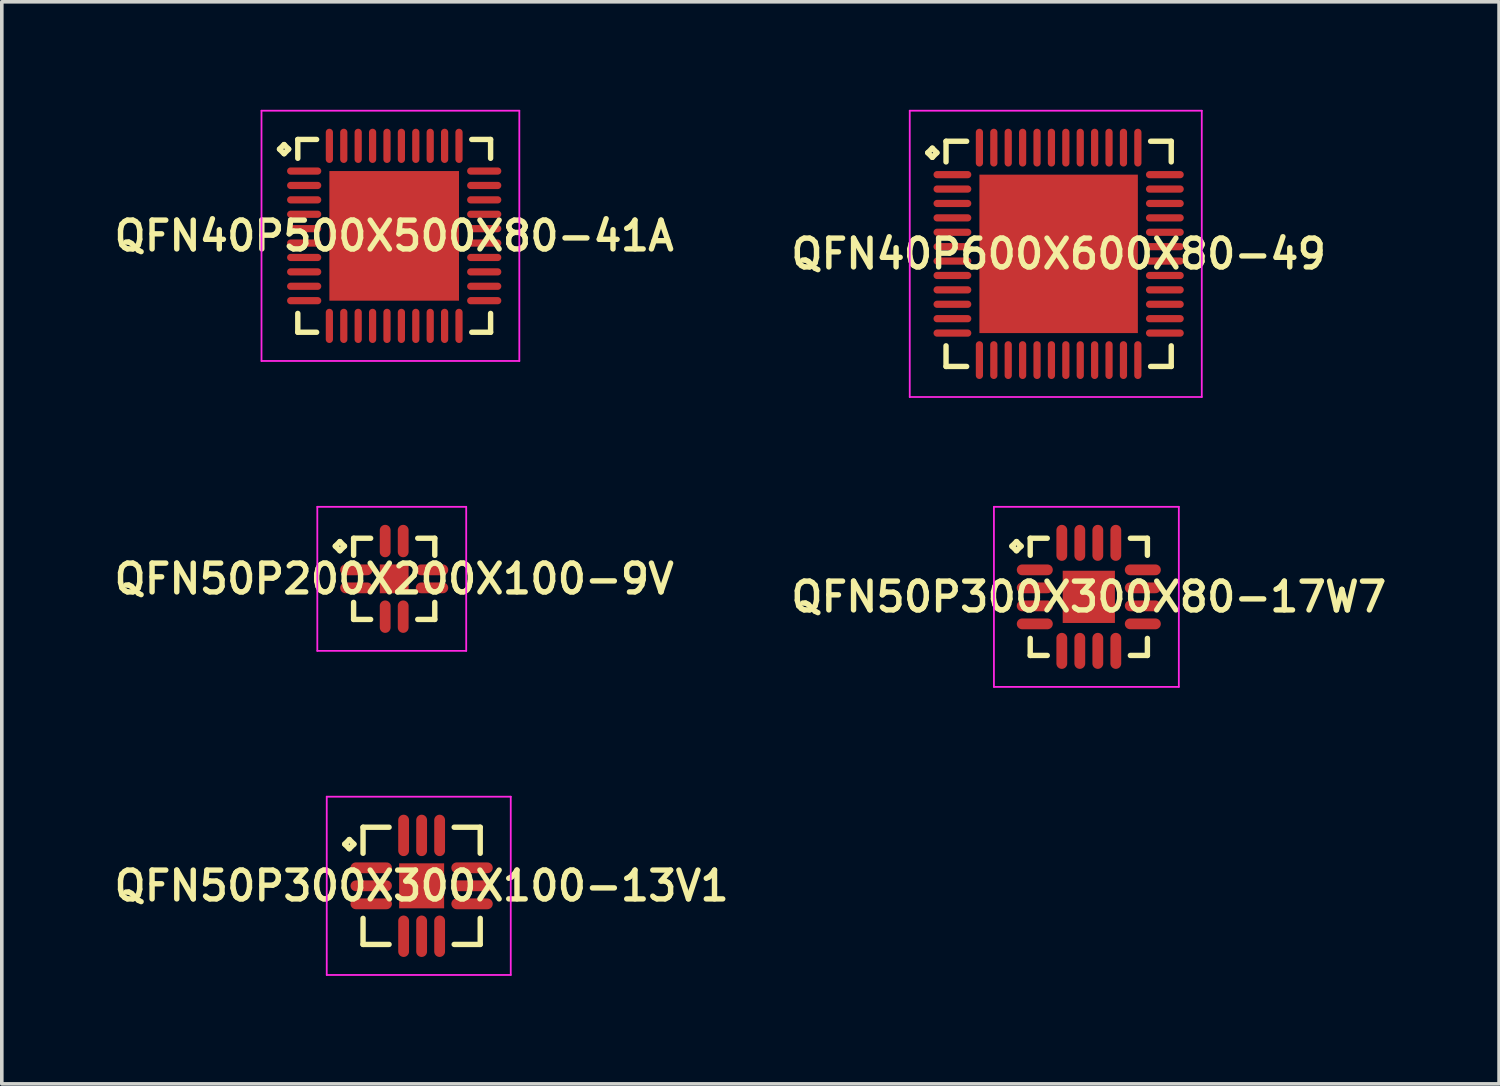
<source format=kicad_pcb>
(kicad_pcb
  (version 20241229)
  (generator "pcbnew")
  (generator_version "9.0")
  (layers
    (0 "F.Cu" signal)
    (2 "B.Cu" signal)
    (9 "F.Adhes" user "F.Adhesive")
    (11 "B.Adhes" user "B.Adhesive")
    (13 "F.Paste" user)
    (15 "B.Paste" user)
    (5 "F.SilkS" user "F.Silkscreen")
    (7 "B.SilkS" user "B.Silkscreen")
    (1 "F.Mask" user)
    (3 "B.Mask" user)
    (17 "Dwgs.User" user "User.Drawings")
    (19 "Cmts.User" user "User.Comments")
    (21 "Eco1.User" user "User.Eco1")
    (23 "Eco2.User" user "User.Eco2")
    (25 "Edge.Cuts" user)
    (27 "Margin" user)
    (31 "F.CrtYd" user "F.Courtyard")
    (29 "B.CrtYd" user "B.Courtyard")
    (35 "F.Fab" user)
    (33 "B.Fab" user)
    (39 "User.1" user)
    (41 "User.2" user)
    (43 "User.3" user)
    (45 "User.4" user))
  (footprint "QFN40P600X600X80-49"
    (layer "F.Cu")
    (at 26.349 4)
    (property "Reference" "QFN40P600X600X80-49" (at 0 0 0) (layer "F.SilkS") (effects (font (size 0.8 0.8) (thickness 0.15))))
    (attr smd)
    (fp_line (start -3.635 -2.808) (end -3.508 -2.935) (stroke (width 0.15) (type solid)) (layer "F.SilkS"))
    (fp_line (start -3.508 -2.935) (end -3.381 -2.808) (stroke (width 0.15) (type solid)) (layer "F.SilkS"))
    (fp_line (start -3.508 -2.681) (end -3.635 -2.808) (stroke (width 0.15) (type solid)) (layer "F.SilkS"))
    (fp_line (start -3.381 -2.808) (end -3.508 -2.681) (stroke (width 0.15) (type solid)) (layer "F.SilkS"))
    (fp_line (start -3.127 -3.127) (end -2.554 -3.127) (stroke (width 0.15) (type solid)) (layer "F.SilkS"))
    (fp_line (start -3.127 -2.554) (end -3.127 -3.127) (stroke (width 0.15) (type solid)) (layer "F.SilkS"))
    (fp_line (start -3.127 2.554) (end -3.127 3.127) (stroke (width 0.15) (type solid)) (layer "F.SilkS"))
    (fp_line (start -3.127 3.127) (end -2.554 3.127) (stroke (width 0.15) (type solid)) (layer "F.SilkS"))
    (fp_line (start 2.554 -3.127) (end 3.127 -3.127) (stroke (width 0.15) (type solid)) (layer "F.SilkS"))
    (fp_line (start 2.554 3.127) (end 3.127 3.127) (stroke (width 0.15) (type solid)) (layer "F.SilkS"))
    (fp_line (start 3.127 -3.127) (end 3.127 -2.554) (stroke (width 0.15) (type solid)) (layer "F.SilkS"))
    (fp_line (start 3.127 3.127) (end 3.127 2.554) (stroke (width 0.15) (type solid)) (layer "F.SilkS"))
    (fp_line (start -4.135 -3.975) (end 3.975 -3.975) (stroke (width 0.05) (type solid)) (layer "F.CrtYd"))
    (fp_line (start -4.135 3.975) (end -4.135 -3.975) (stroke (width 0.05) (type solid)) (layer "F.CrtYd"))
    (fp_line (start 3.975 -3.975) (end 3.975 3.975) (stroke (width 0.05) (type solid)) (layer "F.CrtYd"))
    (fp_line (start 3.975 3.975) (end -4.135 3.975) (stroke (width 0.05) (type solid)) (layer "F.CrtYd"))
    (pad "1" smd oval (at -2.95 -2.2) (size 1.05 0.2) (layers "F.Cu" "F.Mask" "F.Paste"))
    (pad "2" smd oval (at -2.95 -1.8) (size 1.05 0.2) (layers "F.Cu" "F.Mask" "F.Paste"))
    (pad "3" smd oval (at -2.95 -1.4) (size 1.05 0.2) (layers "F.Cu" "F.Mask" "F.Paste"))
    (pad "4" smd oval (at -2.95 -1) (size 1.05 0.2) (layers "F.Cu" "F.Mask" "F.Paste"))
    (pad "5" smd oval (at -2.95 -0.6) (size 1.05 0.2) (layers "F.Cu" "F.Mask" "F.Paste"))
    (pad "6" smd oval (at -2.95 -0.2) (size 1.05 0.2) (layers "F.Cu" "F.Mask" "F.Paste"))
    (pad "7" smd oval (at -2.95 0.2) (size 1.05 0.2) (layers "F.Cu" "F.Mask" "F.Paste"))
    (pad "8" smd oval (at -2.95 0.6) (size 1.05 0.2) (layers "F.Cu" "F.Mask" "F.Paste"))
    (pad "9" smd oval (at -2.95 1) (size 1.05 0.2) (layers "F.Cu" "F.Mask" "F.Paste"))
    (pad "10" smd oval (at -2.95 1.4) (size 1.05 0.2) (layers "F.Cu" "F.Mask" "F.Paste"))
    (pad "11" smd oval (at -2.95 1.8) (size 1.05 0.2) (layers "F.Cu" "F.Mask" "F.Paste"))
    (pad "12" smd oval (at -2.95 2.2) (size 1.05 0.2) (layers "F.Cu" "F.Mask" "F.Paste"))
    (pad "13" smd oval (at -2.2 2.95) (size 0.2 1.05) (layers "F.Cu" "F.Mask" "F.Paste"))
    (pad "14" smd oval (at -1.8 2.95) (size 0.2 1.05) (layers "F.Cu" "F.Mask" "F.Paste"))
    (pad "15" smd oval (at -1.4 2.95) (size 0.2 1.05) (layers "F.Cu" "F.Mask" "F.Paste"))
    (pad "16" smd oval (at -1 2.95) (size 0.2 1.05) (layers "F.Cu" "F.Mask" "F.Paste"))
    (pad "17" smd oval (at -0.6 2.95) (size 0.2 1.05) (layers "F.Cu" "F.Mask" "F.Paste"))
    (pad "18" smd oval (at -0.2 2.95) (size 0.2 1.05) (layers "F.Cu" "F.Mask" "F.Paste"))
    (pad "19" smd oval (at 0.2 2.95) (size 0.2 1.05) (layers "F.Cu" "F.Mask" "F.Paste"))
    (pad "20" smd oval (at 0.6 2.95) (size 0.2 1.05) (layers "F.Cu" "F.Mask" "F.Paste"))
    (pad "21" smd oval (at 1 2.95) (size 0.2 1.05) (layers "F.Cu" "F.Mask" "F.Paste"))
    (pad "22" smd oval (at 1.4 2.95) (size 0.2 1.05) (layers "F.Cu" "F.Mask" "F.Paste"))
    (pad "23" smd oval (at 1.8 2.95) (size 0.2 1.05) (layers "F.Cu" "F.Mask" "F.Paste"))
    (pad "24" smd oval (at 2.2 2.95) (size 0.2 1.05) (layers "F.Cu" "F.Mask" "F.Paste"))
    (pad "25" smd oval (at 2.95 2.2) (size 1.05 0.2) (layers "F.Cu" "F.Mask" "F.Paste"))
    (pad "26" smd oval (at 2.95 1.8) (size 1.05 0.2) (layers "F.Cu" "F.Mask" "F.Paste"))
    (pad "27" smd oval (at 2.95 1.4) (size 1.05 0.2) (layers "F.Cu" "F.Mask" "F.Paste"))
    (pad "28" smd oval (at 2.95 1) (size 1.05 0.2) (layers "F.Cu" "F.Mask" "F.Paste"))
    (pad "29" smd oval (at 2.95 0.6) (size 1.05 0.2) (layers "F.Cu" "F.Mask" "F.Paste"))
    (pad "30" smd oval (at 2.95 0.2) (size 1.05 0.2) (layers "F.Cu" "F.Mask" "F.Paste"))
    (pad "31" smd oval (at 2.95 -0.2) (size 1.05 0.2) (layers "F.Cu" "F.Mask" "F.Paste"))
    (pad "32" smd oval (at 2.95 -0.6) (size 1.05 0.2) (layers "F.Cu" "F.Mask" "F.Paste"))
    (pad "33" smd oval (at 2.95 -1) (size 1.05 0.2) (layers "F.Cu" "F.Mask" "F.Paste"))
    (pad "34" smd oval (at 2.95 -1.4) (size 1.05 0.2) (layers "F.Cu" "F.Mask" "F.Paste"))
    (pad "35" smd oval (at 2.95 -1.8) (size 1.05 0.2) (layers "F.Cu" "F.Mask" "F.Paste"))
    (pad "36" smd oval (at 2.95 -2.2) (size 1.05 0.2) (layers "F.Cu" "F.Mask" "F.Paste"))
    (pad "37" smd oval (at 2.2 -2.95) (size 0.2 1.05) (layers "F.Cu" "F.Mask" "F.Paste"))
    (pad "38" smd oval (at 1.8 -2.95) (size 0.2 1.05) (layers "F.Cu" "F.Mask" "F.Paste"))
    (pad "39" smd oval (at 1.4 -2.95) (size 0.2 1.05) (layers "F.Cu" "F.Mask" "F.Paste"))
    (pad "40" smd oval (at 1 -2.95) (size 0.2 1.05) (layers "F.Cu" "F.Mask" "F.Paste"))
    (pad "41" smd oval (at 0.6 -2.95) (size 0.2 1.05) (layers "F.Cu" "F.Mask" "F.Paste"))
    (pad "42" smd oval (at 0.2 -2.95) (size 0.2 1.05) (layers "F.Cu" "F.Mask" "F.Paste"))
    (pad "43" smd oval (at -0.2 -2.95) (size 0.2 1.05) (layers "F.Cu" "F.Mask" "F.Paste"))
    (pad "44" smd oval (at -0.6 -2.95) (size 0.2 1.05) (layers "F.Cu" "F.Mask" "F.Paste"))
    (pad "45" smd oval (at -1 -2.95) (size 0.2 1.05) (layers "F.Cu" "F.Mask" "F.Paste"))
    (pad "46" smd oval (at -1.4 -2.95) (size 0.2 1.05) (layers "F.Cu" "F.Mask" "F.Paste"))
    (pad "47" smd oval (at -1.8 -2.95) (size 0.2 1.05) (layers "F.Cu" "F.Mask" "F.Paste"))
    (pad "48" smd oval (at -2.2 -2.95) (size 0.2 1.05) (layers "F.Cu" "F.Mask" "F.Paste"))
    (pad "49" smd rect (at 0 0) (size 4.4 4.4) (layers "F.Cu" "F.Mask" "F.Paste")))
  (footprint "QFN50P300X300X80-17W7"
    (layer "F.Cu")
    (at 27.187 13.525)
    (property "Reference" "QFN50P300X300X80-17W7" (at 0 0 0) (layer "F.SilkS") (effects (font (size 0.8 0.8) (thickness 0.15))))
    (attr smd)
    (fp_line (start -2.135 -1.408) (end -2.008 -1.535) (stroke (width 0.15) (type solid)) (layer "F.SilkS"))
    (fp_line (start -2.008 -1.535) (end -1.881 -1.408) (stroke (width 0.15) (type solid)) (layer "F.SilkS"))
    (fp_line (start -2.008 -1.281) (end -2.135 -1.408) (stroke (width 0.15) (type solid)) (layer "F.SilkS"))
    (fp_line (start -1.881 -1.408) (end -2.008 -1.281) (stroke (width 0.15) (type solid)) (layer "F.SilkS"))
    (fp_line (start -1.627 -1.627) (end -1.154 -1.627) (stroke (width 0.15) (type solid)) (layer "F.SilkS"))
    (fp_line (start -1.627 -1.154) (end -1.627 -1.627) (stroke (width 0.15) (type solid)) (layer "F.SilkS"))
    (fp_line (start -1.627 1.154) (end -1.627 1.627) (stroke (width 0.15) (type solid)) (layer "F.SilkS"))
    (fp_line (start -1.627 1.627) (end -1.154 1.627) (stroke (width 0.15) (type solid)) (layer "F.SilkS"))
    (fp_line (start 1.154 -1.627) (end 1.627 -1.627) (stroke (width 0.15) (type solid)) (layer "F.SilkS"))
    (fp_line (start 1.154 1.627) (end 1.627 1.627) (stroke (width 0.15) (type solid)) (layer "F.SilkS"))
    (fp_line (start 1.627 -1.627) (end 1.627 -1.154) (stroke (width 0.15) (type solid)) (layer "F.SilkS"))
    (fp_line (start 1.627 1.627) (end 1.627 1.154) (stroke (width 0.15) (type solid)) (layer "F.SilkS"))
    (fp_line (start -2.635 -2.5) (end 2.5 -2.5) (stroke (width 0.05) (type solid)) (layer "F.CrtYd"))
    (fp_line (start -2.635 2.5) (end -2.635 -2.5) (stroke (width 0.05) (type solid)) (layer "F.CrtYd"))
    (fp_line (start 2.5 -2.5) (end 2.5 2.5) (stroke (width 0.05) (type solid)) (layer "F.CrtYd"))
    (fp_line (start 2.5 2.5) (end -2.635 2.5) (stroke (width 0.05) (type solid)) (layer "F.CrtYd"))
    (pad "1" smd oval (at -1.5 -0.75) (size 1 0.3) (layers "F.Cu" "F.Mask" "F.Paste"))
    (pad "2" smd oval (at -1.5 -0.25) (size 1 0.3) (layers "F.Cu" "F.Mask" "F.Paste"))
    (pad "3" smd oval (at -1.5 0.25) (size 1 0.3) (layers "F.Cu" "F.Mask" "F.Paste"))
    (pad "4" smd oval (at -1.5 0.75) (size 1 0.3) (layers "F.Cu" "F.Mask" "F.Paste"))
    (pad "5" smd oval (at -0.75 1.5) (size 0.3 1) (layers "F.Cu" "F.Mask" "F.Paste"))
    (pad "6" smd oval (at -0.25 1.5) (size 0.3 1) (layers "F.Cu" "F.Mask" "F.Paste"))
    (pad "7" smd oval (at 0.25 1.5) (size 0.3 1) (layers "F.Cu" "F.Mask" "F.Paste"))
    (pad "8" smd oval (at 0.75 1.5) (size 0.3 1) (layers "F.Cu" "F.Mask" "F.Paste"))
    (pad "9" smd oval (at 1.5 0.75) (size 1 0.3) (layers "F.Cu" "F.Mask" "F.Paste"))
    (pad "10" smd oval (at 1.5 0.25) (size 1 0.3) (layers "F.Cu" "F.Mask" "F.Paste"))
    (pad "11" smd oval (at 1.5 -0.25) (size 1 0.3) (layers "F.Cu" "F.Mask" "F.Paste"))
    (pad "12" smd oval (at 1.5 -0.75) (size 1 0.3) (layers "F.Cu" "F.Mask" "F.Paste"))
    (pad "13" smd oval (at 0.75 -1.5) (size 0.3 1) (layers "F.Cu" "F.Mask" "F.Paste"))
    (pad "14" smd oval (at 0.25 -1.5) (size 0.3 1) (layers "F.Cu" "F.Mask" "F.Paste"))
    (pad "15" smd oval (at -0.25 -1.5) (size 0.3 1) (layers "F.Cu" "F.Mask" "F.Paste"))
    (pad "16" smd oval (at -0.75 -1.5) (size 0.3 1) (layers "F.Cu" "F.Mask" "F.Paste"))
    (pad "17" smd rect (at 0 0) (size 1.45 1.45) (layers "F.Cu" "F.Mask" "F.Paste")))
  (footprint "QFN50P300X300X100-13V1"
    (layer "F.Cu")
    (at 8.659 21.55)
    (property "Reference" "QFN50P300X300X100-13V1" (at 0 0 0) (layer "F.SilkS") (effects (font (size 0.8 0.8) (thickness 0.15))))
    (attr smd)
    (fp_line (start -2.135 -1.158) (end -2.008 -1.285) (stroke (width 0.15) (type solid)) (layer "F.SilkS"))
    (fp_line (start -2.008 -1.285) (end -1.881 -1.158) (stroke (width 0.15) (type solid)) (layer "F.SilkS"))
    (fp_line (start -2.008 -1.031) (end -2.135 -1.158) (stroke (width 0.15) (type solid)) (layer "F.SilkS"))
    (fp_line (start -1.881 -1.158) (end -2.008 -1.031) (stroke (width 0.15) (type solid)) (layer "F.SilkS"))
    (fp_line (start -1.627 -1.627) (end -0.904 -1.627) (stroke (width 0.15) (type solid)) (layer "F.SilkS"))
    (fp_line (start -1.627 -0.904) (end -1.627 -1.627) (stroke (width 0.15) (type solid)) (layer "F.SilkS"))
    (fp_line (start -1.627 0.904) (end -1.627 1.627) (stroke (width 0.15) (type solid)) (layer "F.SilkS"))
    (fp_line (start -1.627 1.627) (end -0.904 1.627) (stroke (width 0.15) (type solid)) (layer "F.SilkS"))
    (fp_line (start 0.904 -1.627) (end 1.627 -1.627) (stroke (width 0.15) (type solid)) (layer "F.SilkS"))
    (fp_line (start 0.904 1.627) (end 1.627 1.627) (stroke (width 0.15) (type solid)) (layer "F.SilkS"))
    (fp_line (start 1.627 -1.627) (end 1.627 -0.904) (stroke (width 0.15) (type solid)) (layer "F.SilkS"))
    (fp_line (start 1.627 1.627) (end 1.627 0.904) (stroke (width 0.15) (type solid)) (layer "F.SilkS"))
    (fp_line (start -2.635 -2.475) (end 2.475 -2.475) (stroke (width 0.05) (type solid)) (layer "F.CrtYd"))
    (fp_line (start -2.635 2.475) (end -2.635 -2.475) (stroke (width 0.05) (type solid)) (layer "F.CrtYd"))
    (fp_line (start 2.475 -2.475) (end 2.475 2.475) (stroke (width 0.05) (type solid)) (layer "F.CrtYd"))
    (fp_line (start 2.475 2.475) (end -2.635 2.475) (stroke (width 0.05) (type solid)) (layer "F.CrtYd"))
    (pad "1" smd oval (at -1.4 -0.5) (size 1.15 0.3) (layers "F.Cu" "F.Mask" "F.Paste"))
    (pad "2" smd oval (at -1.4 0) (size 1.15 0.3) (layers "F.Cu" "F.Mask" "F.Paste"))
    (pad "3" smd oval (at -1.4 0.5) (size 1.15 0.3) (layers "F.Cu" "F.Mask" "F.Paste"))
    (pad "4" smd oval (at -0.5 1.4) (size 0.3 1.15) (layers "F.Cu" "F.Mask" "F.Paste"))
    (pad "5" smd oval (at 0 1.4) (size 0.3 1.15) (layers "F.Cu" "F.Mask" "F.Paste"))
    (pad "6" smd oval (at 0.5 1.4) (size 0.3 1.15) (layers "F.Cu" "F.Mask" "F.Paste"))
    (pad "7" smd oval (at 1.4 0.5) (size 1.15 0.3) (layers "F.Cu" "F.Mask" "F.Paste"))
    (pad "8" smd oval (at 1.4 0) (size 1.15 0.3) (layers "F.Cu" "F.Mask" "F.Paste"))
    (pad "9" smd oval (at 1.4 -0.5) (size 1.15 0.3) (layers "F.Cu" "F.Mask" "F.Paste"))
    (pad "10" smd oval (at 0.5 -1.4) (size 0.3 1.15) (layers "F.Cu" "F.Mask" "F.Paste"))
    (pad "11" smd oval (at 0 -1.4) (size 0.3 1.15) (layers "F.Cu" "F.Mask" "F.Paste"))
    (pad "12" smd oval (at -0.5 -1.4) (size 0.3 1.15) (layers "F.Cu" "F.Mask" "F.Paste"))
    (pad "13" smd rect (at 0 0) (size 1.25 1.25) (layers "F.Cu" "F.Mask" "F.Paste")))
  (footprint "QFN50P200X200X100-9V"
    (layer "F.Cu")
    (at 7.897 13.025)
    (property "Reference" "QFN50P200X200X100-9V" (at 0 0 0) (layer "F.SilkS") (effects (font (size 0.8 0.8) (thickness 0.15))))
    (attr smd)
    (fp_line (start -1.635 -0.908) (end -1.508 -1.035) (stroke (width 0.15) (type solid)) (layer "F.SilkS"))
    (fp_line (start -1.508 -1.035) (end -1.381 -0.908) (stroke (width 0.15) (type solid)) (layer "F.SilkS"))
    (fp_line (start -1.508 -0.781) (end -1.635 -0.908) (stroke (width 0.15) (type solid)) (layer "F.SilkS"))
    (fp_line (start -1.381 -0.908) (end -1.508 -0.781) (stroke (width 0.15) (type solid)) (layer "F.SilkS"))
    (fp_line (start -1.127 -1.127) (end -0.654 -1.127) (stroke (width 0.15) (type solid)) (layer "F.SilkS"))
    (fp_line (start -1.127 -0.654) (end -1.127 -1.127) (stroke (width 0.15) (type solid)) (layer "F.SilkS"))
    (fp_line (start -1.127 0.654) (end -1.127 1.127) (stroke (width 0.15) (type solid)) (layer "F.SilkS"))
    (fp_line (start -1.127 1.127) (end -0.654 1.127) (stroke (width 0.15) (type solid)) (layer "F.SilkS"))
    (fp_line (start 0.654 -1.127) (end 1.127 -1.127) (stroke (width 0.15) (type solid)) (layer "F.SilkS"))
    (fp_line (start 0.654 1.127) (end 1.127 1.127) (stroke (width 0.15) (type solid)) (layer "F.SilkS"))
    (fp_line (start 1.127 -1.127) (end 1.127 -0.654) (stroke (width 0.15) (type solid)) (layer "F.SilkS"))
    (fp_line (start 1.127 1.127) (end 1.127 0.654) (stroke (width 0.15) (type solid)) (layer "F.SilkS"))
    (fp_line (start -2.135 -2) (end 2 -2) (stroke (width 0.05) (type solid)) (layer "F.CrtYd"))
    (fp_line (start -2.135 2) (end -2.135 -2) (stroke (width 0.05) (type solid)) (layer "F.CrtYd"))
    (fp_line (start 2 -2) (end 2 2) (stroke (width 0.05) (type solid)) (layer "F.CrtYd"))
    (fp_line (start 2 2) (end -2.135 2) (stroke (width 0.05) (type solid)) (layer "F.CrtYd"))
    (pad "1" smd oval (at -1.05 -0.25) (size 0.9 0.3) (layers "F.Cu" "F.Mask" "F.Paste"))
    (pad "2" smd oval (at -1.05 0.25) (size 0.9 0.3) (layers "F.Cu" "F.Mask" "F.Paste"))
    (pad "3" smd oval (at -0.25 1.05) (size 0.3 0.9) (layers "F.Cu" "F.Mask" "F.Paste"))
    (pad "4" smd oval (at 0.25 1.05) (size 0.3 0.9) (layers "F.Cu" "F.Mask" "F.Paste"))
    (pad "5" smd oval (at 1.05 0.25) (size 0.9 0.3) (layers "F.Cu" "F.Mask" "F.Paste"))
    (pad "6" smd oval (at 1.05 -0.25) (size 0.9 0.3) (layers "F.Cu" "F.Mask" "F.Paste"))
    (pad "7" smd oval (at 0.25 -1.05) (size 0.3 0.9) (layers "F.Cu" "F.Mask" "F.Paste"))
    (pad "8" smd oval (at -0.25 -1.05) (size 0.3 0.9) (layers "F.Cu" "F.Mask" "F.Paste"))
    (pad "9" smd rect (at 0 0) (size 0.8 0.8) (layers "F.Cu" "F.Mask" "F.Paste")))
  (footprint "QFN40P500X500X80-41A"
    (layer "F.Cu")
    (at 7.897 3.5)
    (property "Reference" "QFN40P500X500X80-41A" (at 0 0 0) (layer "F.SilkS") (effects (font (size 0.8 0.8) (thickness 0.15))))
    (attr smd)
    (fp_line (start -3.185 -2.408) (end -3.058 -2.535) (stroke (width 0.15) (type solid)) (layer "F.SilkS"))
    (fp_line (start -3.058 -2.535) (end -2.931 -2.408) (stroke (width 0.15) (type solid)) (layer "F.SilkS"))
    (fp_line (start -3.058 -2.281) (end -3.185 -2.408) (stroke (width 0.15) (type solid)) (layer "F.SilkS"))
    (fp_line (start -2.931 -2.408) (end -3.058 -2.281) (stroke (width 0.15) (type solid)) (layer "F.SilkS"))
    (fp_line (start -2.677 -2.677) (end -2.154 -2.677) (stroke (width 0.15) (type solid)) (layer "F.SilkS"))
    (fp_line (start -2.677 -2.154) (end -2.677 -2.677) (stroke (width 0.15) (type solid)) (layer "F.SilkS"))
    (fp_line (start -2.677 2.154) (end -2.677 2.677) (stroke (width 0.15) (type solid)) (layer "F.SilkS"))
    (fp_line (start -2.677 2.677) (end -2.154 2.677) (stroke (width 0.15) (type solid)) (layer "F.SilkS"))
    (fp_line (start 2.154 -2.677) (end 2.677 -2.677) (stroke (width 0.15) (type solid)) (layer "F.SilkS"))
    (fp_line (start 2.154 2.677) (end 2.677 2.677) (stroke (width 0.15) (type solid)) (layer "F.SilkS"))
    (fp_line (start 2.677 -2.677) (end 2.677 -2.154) (stroke (width 0.15) (type solid)) (layer "F.SilkS"))
    (fp_line (start 2.677 2.677) (end 2.677 2.154) (stroke (width 0.15) (type solid)) (layer "F.SilkS"))
    (fp_line (start -3.685 -3.475) (end 3.475 -3.475) (stroke (width 0.05) (type solid)) (layer "F.CrtYd"))
    (fp_line (start -3.685 3.475) (end -3.685 -3.475) (stroke (width 0.05) (type solid)) (layer "F.CrtYd"))
    (fp_line (start 3.475 -3.475) (end 3.475 3.475) (stroke (width 0.05) (type solid)) (layer "F.CrtYd"))
    (fp_line (start 3.475 3.475) (end -3.685 3.475) (stroke (width 0.05) (type solid)) (layer "F.CrtYd"))
    (pad "1" smd oval (at -2.5 -1.8) (size 0.95 0.2) (layers "F.Cu" "F.Mask" "F.Paste"))
    (pad "2" smd oval (at -2.5 -1.4) (size 0.95 0.2) (layers "F.Cu" "F.Mask" "F.Paste"))
    (pad "3" smd oval (at -2.5 -1) (size 0.95 0.2) (layers "F.Cu" "F.Mask" "F.Paste"))
    (pad "4" smd oval (at -2.5 -0.6) (size 0.95 0.2) (layers "F.Cu" "F.Mask" "F.Paste"))
    (pad "5" smd oval (at -2.5 -0.2) (size 0.95 0.2) (layers "F.Cu" "F.Mask" "F.Paste"))
    (pad "6" smd oval (at -2.5 0.2) (size 0.95 0.2) (layers "F.Cu" "F.Mask" "F.Paste"))
    (pad "7" smd oval (at -2.5 0.6) (size 0.95 0.2) (layers "F.Cu" "F.Mask" "F.Paste"))
    (pad "8" smd oval (at -2.5 1) (size 0.95 0.2) (layers "F.Cu" "F.Mask" "F.Paste"))
    (pad "9" smd oval (at -2.5 1.4) (size 0.95 0.2) (layers "F.Cu" "F.Mask" "F.Paste"))
    (pad "10" smd oval (at -2.5 1.8) (size 0.95 0.2) (layers "F.Cu" "F.Mask" "F.Paste"))
    (pad "11" smd oval (at -1.8 2.5) (size 0.2 0.95) (layers "F.Cu" "F.Mask" "F.Paste"))
    (pad "12" smd oval (at -1.4 2.5) (size 0.2 0.95) (layers "F.Cu" "F.Mask" "F.Paste"))
    (pad "13" smd oval (at -1 2.5) (size 0.2 0.95) (layers "F.Cu" "F.Mask" "F.Paste"))
    (pad "14" smd oval (at -0.6 2.5) (size 0.2 0.95) (layers "F.Cu" "F.Mask" "F.Paste"))
    (pad "15" smd oval (at -0.2 2.5) (size 0.2 0.95) (layers "F.Cu" "F.Mask" "F.Paste"))
    (pad "16" smd oval (at 0.2 2.5) (size 0.2 0.95) (layers "F.Cu" "F.Mask" "F.Paste"))
    (pad "17" smd oval (at 0.6 2.5) (size 0.2 0.95) (layers "F.Cu" "F.Mask" "F.Paste"))
    (pad "18" smd oval (at 1 2.5) (size 0.2 0.95) (layers "F.Cu" "F.Mask" "F.Paste"))
    (pad "19" smd oval (at 1.4 2.5) (size 0.2 0.95) (layers "F.Cu" "F.Mask" "F.Paste"))
    (pad "20" smd oval (at 1.8 2.5) (size 0.2 0.95) (layers "F.Cu" "F.Mask" "F.Paste"))
    (pad "21" smd oval (at 2.5 1.8) (size 0.95 0.2) (layers "F.Cu" "F.Mask" "F.Paste"))
    (pad "22" smd oval (at 2.5 1.4) (size 0.95 0.2) (layers "F.Cu" "F.Mask" "F.Paste"))
    (pad "23" smd oval (at 2.5 1) (size 0.95 0.2) (layers "F.Cu" "F.Mask" "F.Paste"))
    (pad "24" smd oval (at 2.5 0.6) (size 0.95 0.2) (layers "F.Cu" "F.Mask" "F.Paste"))
    (pad "25" smd oval (at 2.5 0.2) (size 0.95 0.2) (layers "F.Cu" "F.Mask" "F.Paste"))
    (pad "26" smd oval (at 2.5 -0.2) (size 0.95 0.2) (layers "F.Cu" "F.Mask" "F.Paste"))
    (pad "27" smd oval (at 2.5 -0.6) (size 0.95 0.2) (layers "F.Cu" "F.Mask" "F.Paste"))
    (pad "28" smd oval (at 2.5 -1) (size 0.95 0.2) (layers "F.Cu" "F.Mask" "F.Paste"))
    (pad "29" smd oval (at 2.5 -1.4) (size 0.95 0.2) (layers "F.Cu" "F.Mask" "F.Paste"))
    (pad "30" smd oval (at 2.5 -1.8) (size 0.95 0.2) (layers "F.Cu" "F.Mask" "F.Paste"))
    (pad "31" smd oval (at 1.8 -2.5) (size 0.2 0.95) (layers "F.Cu" "F.Mask" "F.Paste"))
    (pad "32" smd oval (at 1.4 -2.5) (size 0.2 0.95) (layers "F.Cu" "F.Mask" "F.Paste"))
    (pad "33" smd oval (at 1 -2.5) (size 0.2 0.95) (layers "F.Cu" "F.Mask" "F.Paste"))
    (pad "34" smd oval (at 0.6 -2.5) (size 0.2 0.95) (layers "F.Cu" "F.Mask" "F.Paste"))
    (pad "35" smd oval (at 0.2 -2.5) (size 0.2 0.95) (layers "F.Cu" "F.Mask" "F.Paste"))
    (pad "36" smd oval (at -0.2 -2.5) (size 0.2 0.95) (layers "F.Cu" "F.Mask" "F.Paste"))
    (pad "37" smd oval (at -0.6 -2.5) (size 0.2 0.95) (layers "F.Cu" "F.Mask" "F.Paste"))
    (pad "38" smd oval (at -1 -2.5) (size 0.2 0.95) (layers "F.Cu" "F.Mask" "F.Paste"))
    (pad "39" smd oval (at -1.4 -2.5) (size 0.2 0.95) (layers "F.Cu" "F.Mask" "F.Paste"))
    (pad "40" smd oval (at -1.8 -2.5) (size 0.2 0.95) (layers "F.Cu" "F.Mask" "F.Paste"))
    (pad "41" smd rect (at 0 0) (size 3.6 3.6) (layers "F.Cu" "F.Mask" "F.Paste")))
  (gr_rect
    (start -3 -3)
    (end 38.58 27.05)
    (stroke (width 0.1) (type default))
    (fill no)
    (layer "Edge.Cuts")))
</source>
